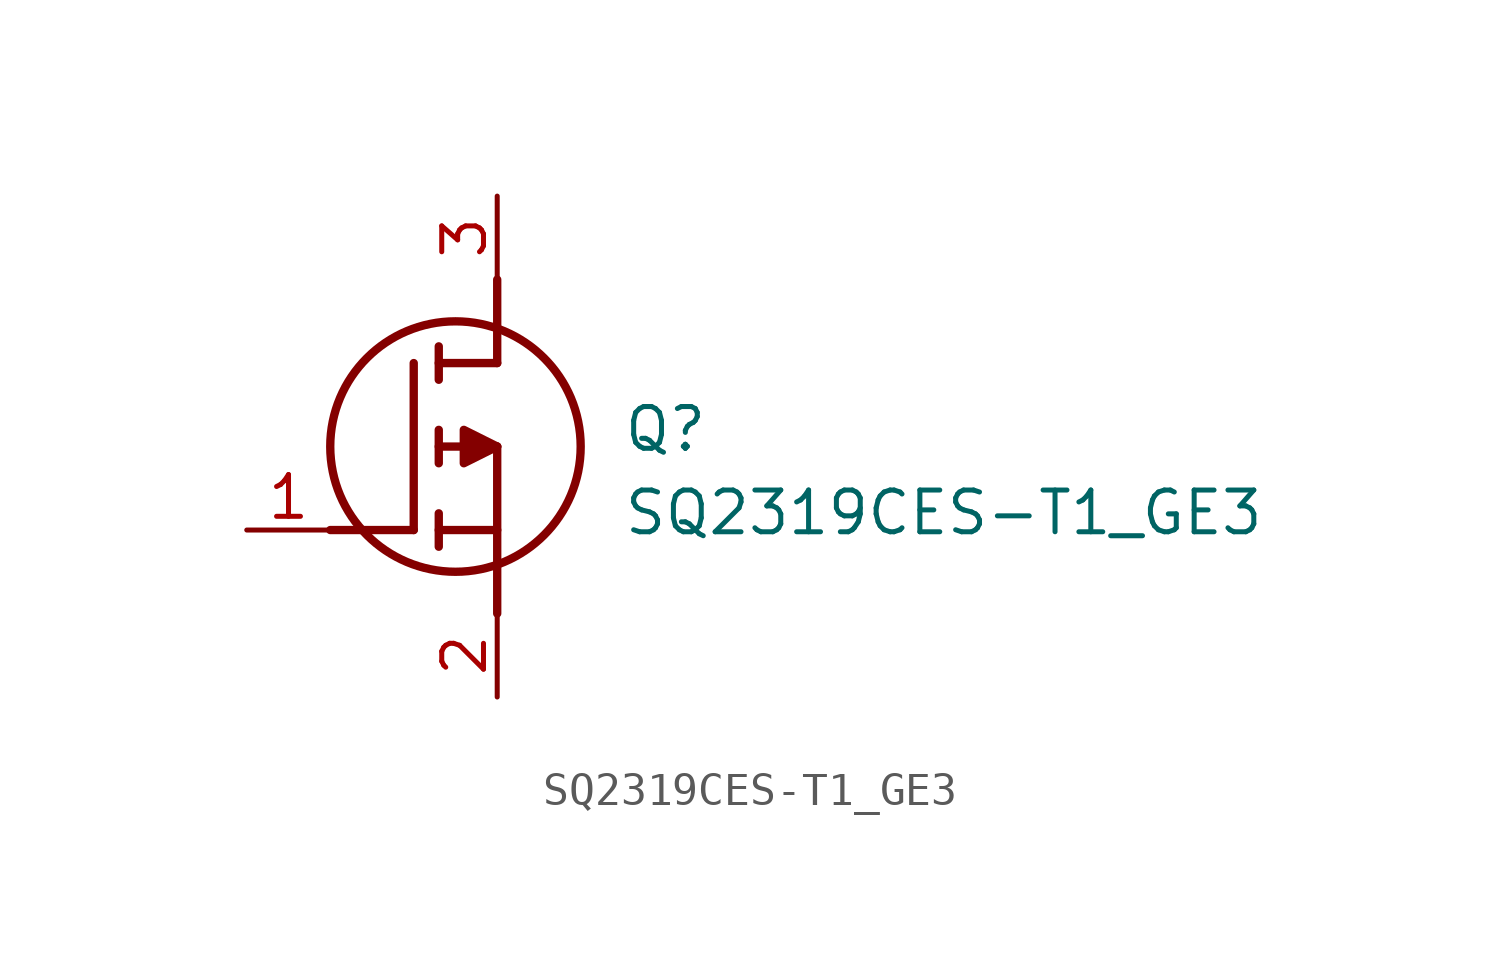
<source format=kicad_sym>
(kicad_symbol_lib
  (version 20211014)
  (generator SamacSys_ECAD_Model)
  (symbol "SQ2319CES-T1_GE3"
    (pin_names hide)
    (property "Reference" "Q"
      (at 11.43 3.81 0)
      (effects (font (size 1.27 1.27)) (justify left top)))
    (property "Value" "SQ2319CES-T1_GE3"
      (at 11.43 1.27 0)
      (effects (font (size 1.27 1.27)) (justify left top)))
    (polyline
      (pts (xy 7.62 2.54) (xy 7.62 -2.54))
      (stroke (width 0.254) (type default))
      (fill (type none)))
    (polyline
      (pts (xy 7.62 5.08) (xy 7.62 7.62))
      (stroke (width 0.254) (type default))
      (fill (type none)))
    (polyline
      (pts (xy 2.54 0) (xy 5.08 0))
      (stroke (width 0.254) (type default))
      (fill (type none)))
    (polyline
      (pts (xy 5.08 5.08) (xy 5.08 0))
      (stroke (width 0.254) (type default))
      (fill (type none)))
    (polyline
      (pts (xy 7.62 2.54) (xy 5.842 2.54))
      (stroke (width 0.254) (type default))
      (fill (type none)))
    (polyline
      (pts (xy 7.62 5.08) (xy 5.842 5.08))
      (stroke (width 0.254) (type default))
      (fill (type none)))
    (polyline
      (pts (xy 5.842 0) (xy 7.62 0))
      (stroke (width 0.254) (type default))
      (fill (type none)))
    (polyline
      (pts (xy 5.842 5.588) (xy 5.842 4.572))
      (stroke (width 0.254) (type default))
      (fill (type none)))
    (polyline
      (pts (xy 5.842 -0.508) (xy 5.842 0.508))
      (stroke (width 0.254) (type default))
      (fill (type none)))
    (polyline
      (pts (xy 5.842 2.032) (xy 5.842 3.048))
      (stroke (width 0.254) (type default))
      (fill (type none)))
    (circle
      (center 6.35 2.54)
      (radius 3.81)
      (stroke (width 0.254) (type default))
      (fill (type none)))
    (polyline
      (pts (xy 7.62 2.54) (xy 6.604 3.048) (xy 6.604 2.032) (xy 7.62 2.54))
      (stroke (width 0.254) (type default))
      (fill (type outline)))
    (pin passive line
      (at 0 0 0)
      (length 2.54)
      (name "G" (effects (font (size 1.27 1.27))))
      (number "1" (effects (font (size 1.27 1.27)))))
    (pin passive line
      (at 7.62 10.16 270)
      (length 2.54)
      (name "D" (effects (font (size 1.27 1.27))))
      (number "3" (effects (font (size 1.27 1.27)))))
    (pin passive line
      (at 7.62 -5.08 90)
      (length 2.54)
      (name "S" (effects (font (size 1.27 1.27))))
      (number "2" (effects (font (size 1.27 1.27)))))))
</source>
